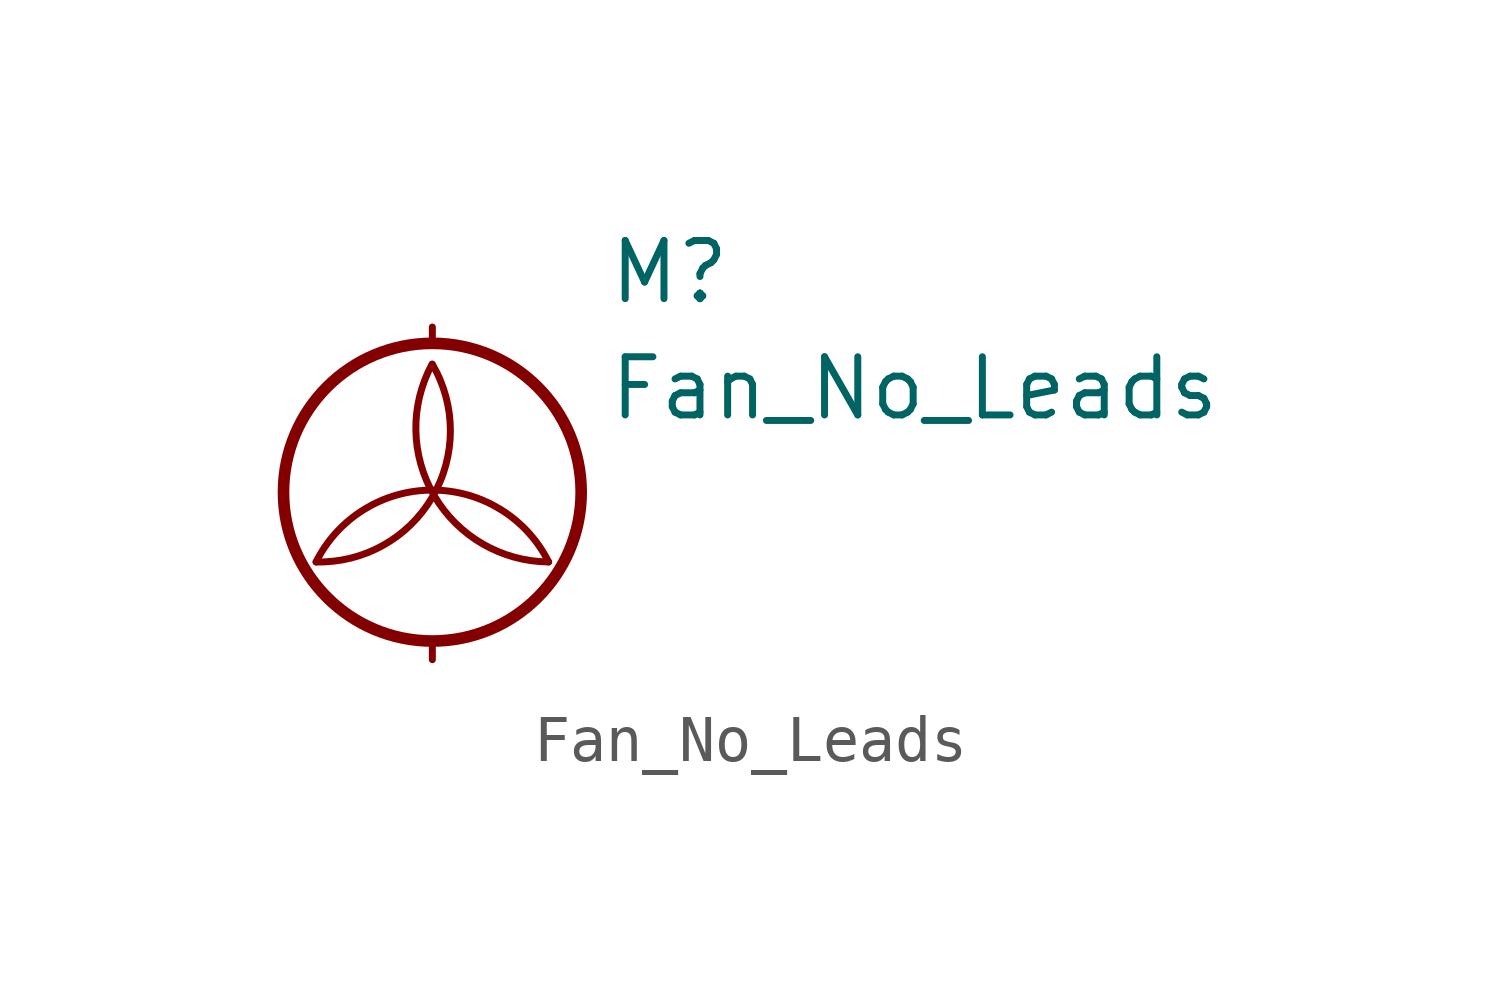
<source format=kicad_sym>
(kicad_symbol_lib
  (version 20220102)
  (generator kicad_symbol_editor)
  (symbol "Fan_No_Leads"
    (pin_numbers hide)
    (pin_names
      (offset 0))
    (property "Reference" "M"
      (at 3.81 5.08 0)
      (effects (font (size 1.27 1.27)) (justify left bottom)))
    (property "Value" "Fan_No_Leads"
      (at 3.81 2.54 0)
      (effects (font (size 1.27 1.27)) (justify left bottom)))
    (symbol "Fan_No_Leads_0_1"
      (arc (start -2.54 -0.508) (mid 0.0008 0.9088) (end 0 3.81) (stroke (width 0) (type default)) (fill (type none)))
      (polyline (pts (xy 0 -2.235) (xy 0 -2.642)) (stroke (width 0) (type default)) (fill (type none)))
      (polyline (pts (xy 0 4.267) (xy 0 4.623)) (stroke (width 0) (type default)) (fill (type none)))
      (circle (center 0 1.016) (radius 3.251) (stroke (width 0.254) (type default)) (fill (type none)))
      (arc (start 0 3.81) (mid 0.0529 0.9212) (end 2.54 -0.508) (stroke (width 0) (type default)) (fill (type none)))
      (arc (start 2.54 -0.508) (mid 0.0017 1.0618) (end -2.54 -0.508) (stroke (width 0) (type default)) (fill (type none))))))
</source>
